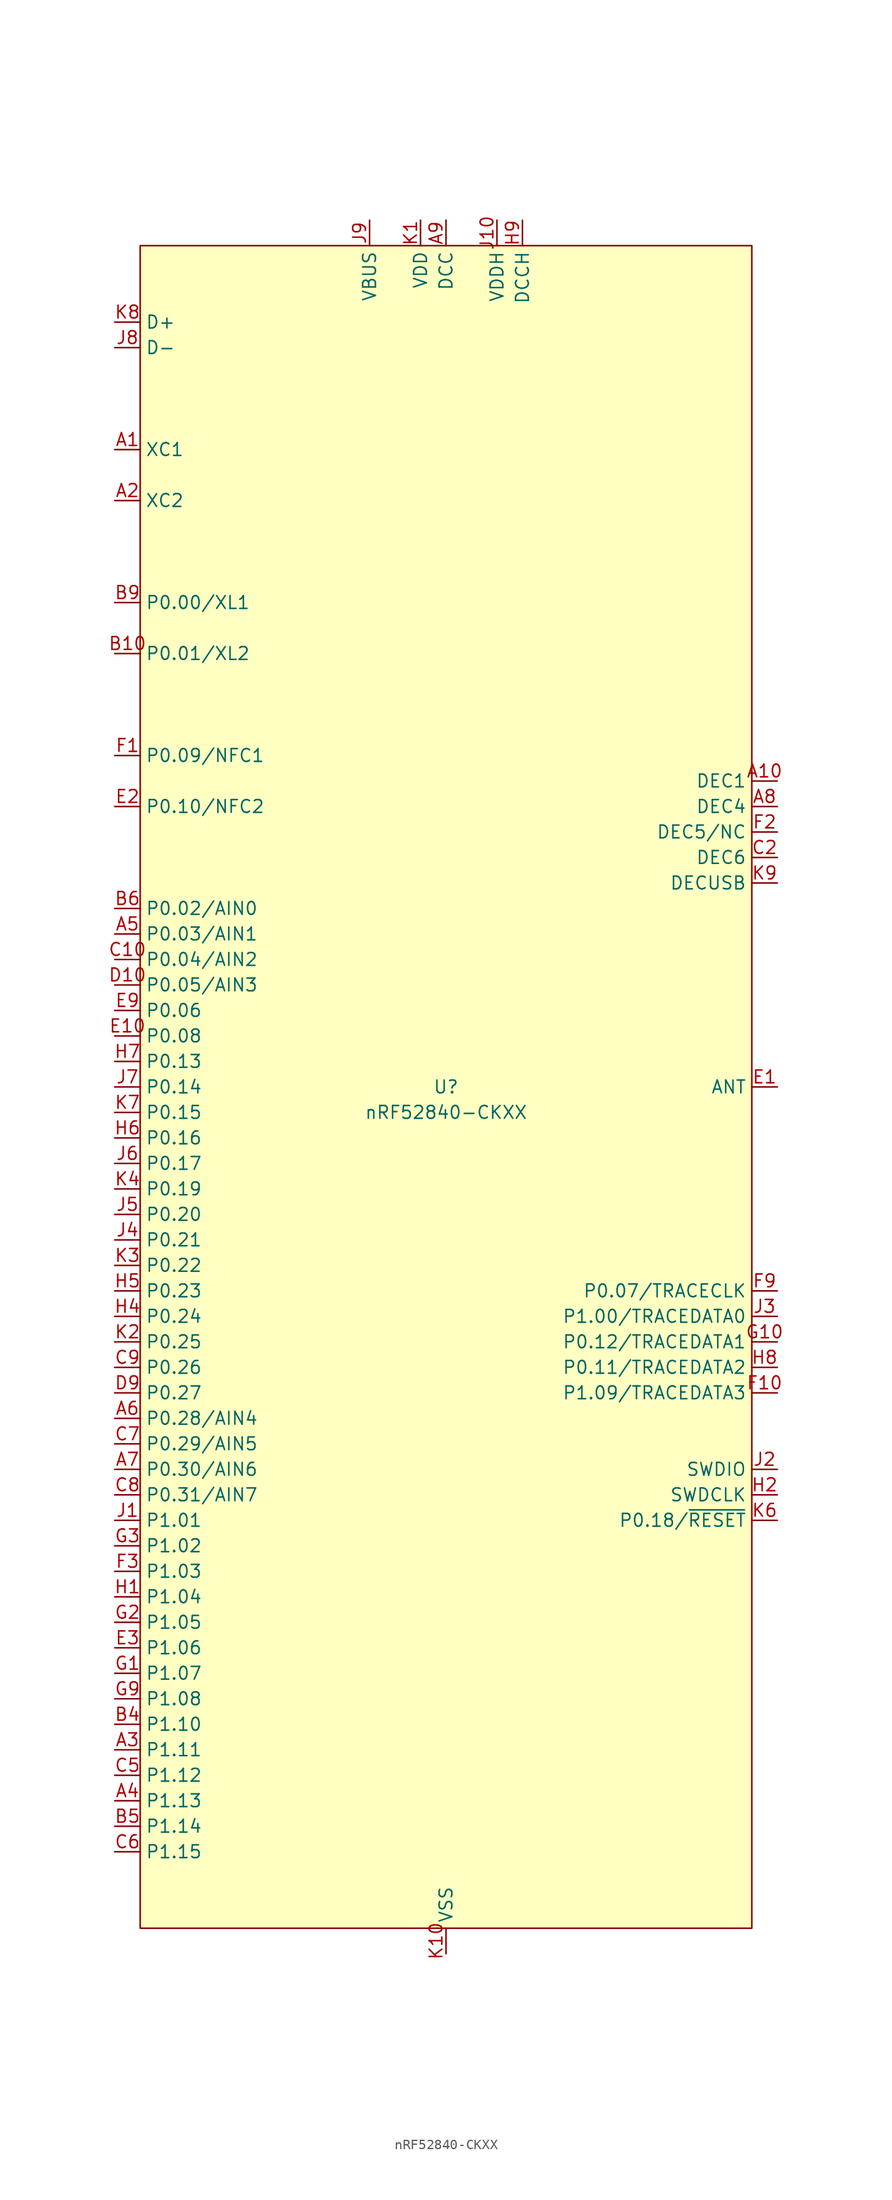
<source format=kicad_sym>
(kicad_symbol_lib
  (version 20241209)
  (generator "kicad_symbol_editor")
  (generator_version "9.0")
  (symbol "nRF52840-CKXX"
    (property "Reference" "U"
      (at 0 0 0)
      (do_not_autoplace)
      (effects (font (size 1.27 1.27))))
    (property "Value" "nRF52840-CKXX"
      (at 0 -2.54 0)
      (do_not_autoplace)
      (effects (font (size 1.27 1.27))))
    (symbol "nRF52840-CKXX_0_0"
      (pin unspecified line (at -33.02 76.2 0) (length 2.54) (name "D+" (effects (font (size 1.27 1.27)))) (number "K8" (effects (font (size 1.27 1.27)))))
      (pin unspecified line (at -33.02 73.66 0) (length 2.54) (name "D-" (effects (font (size 1.27 1.27)))) (number "J8" (effects (font (size 1.27 1.27)))))
      (pin unspecified line (at -33.02 63.5 0) (length 2.54) (name "XC1" (effects (font (size 1.27 1.27)))) (number "A1" (effects (font (size 1.27 1.27)))))
      (pin unspecified line (at -33.02 58.42 0) (length 2.54) (name "XC2" (effects (font (size 1.27 1.27)))) (number "A2" (effects (font (size 1.27 1.27)))))
      (pin unspecified line (at -33.02 48.26 0) (length 2.54) (name "P0.00/XL1" (effects (font (size 1.27 1.27)))) (number "B9" (effects (font (size 1.27 1.27)))))
      (pin unspecified line (at -33.02 43.18 0) (length 2.54) (name "P0.01/XL2" (effects (font (size 1.27 1.27)))) (number "B10" (effects (font (size 1.27 1.27)))))
      (pin unspecified line (at -33.02 33.02 0) (length 2.54) (name "P0.09/NFC1" (effects (font (size 1.27 1.27)))) (number "F1" (effects (font (size 1.27 1.27)))))
      (pin unspecified line (at -33.02 27.94 0) (length 2.54) (name "P0.10/NFC2" (effects (font (size 1.27 1.27)))) (number "E2" (effects (font (size 1.27 1.27)))))
      (pin unspecified line (at -33.02 17.78 0) (length 2.54) (name "P0.02/AIN0" (effects (font (size 1.27 1.27)))) (number "B6" (effects (font (size 1.27 1.27)))))
      (pin unspecified line (at -33.02 15.24 0) (length 2.54) (name "P0.03/AIN1" (effects (font (size 1.27 1.27)))) (number "A5" (effects (font (size 1.27 1.27)))))
      (pin unspecified line (at -33.02 12.7 0) (length 2.54) (name "P0.04/AIN2" (effects (font (size 1.27 1.27)))) (number "C10" (effects (font (size 1.27 1.27)))))
      (pin unspecified line (at -33.02 10.16 0) (length 2.54) (name "P0.05/AIN3" (effects (font (size 1.27 1.27)))) (number "D10" (effects (font (size 1.27 1.27)))))
      (pin unspecified line (at -33.02 7.62 0) (length 2.54) (name "P0.06" (effects (font (size 1.27 1.27)))) (number "E9" (effects (font (size 1.27 1.27)))))
      (pin unspecified line (at -33.02 5.08 0) (length 2.54) (name "P0.08" (effects (font (size 1.27 1.27)))) (number "E10" (effects (font (size 1.27 1.27)))))
      (pin unspecified line (at -33.02 2.54 0) (length 2.54) (name "P0.13" (effects (font (size 1.27 1.27)))) (number "H7" (effects (font (size 1.27 1.27)))))
      (pin unspecified line (at -33.02 0 0) (length 2.54) (name "P0.14" (effects (font (size 1.27 1.27)))) (number "J7" (effects (font (size 1.27 1.27)))))
      (pin unspecified line (at -33.02 -2.54 0) (length 2.54) (name "P0.15" (effects (font (size 1.27 1.27)))) (number "K7" (effects (font (size 1.27 1.27)))))
      (pin unspecified line (at -33.02 -5.08 0) (length 2.54) (name "P0.16" (effects (font (size 1.27 1.27)))) (number "H6" (effects (font (size 1.27 1.27)))))
      (pin unspecified line (at -33.02 -7.62 0) (length 2.54) (name "P0.17" (effects (font (size 1.27 1.27)))) (number "J6" (effects (font (size 1.27 1.27)))))
      (pin unspecified line (at -33.02 -10.16 0) (length 2.54) (name "P0.19" (effects (font (size 1.27 1.27)))) (number "K4" (effects (font (size 1.27 1.27)))))
      (pin unspecified line (at -33.02 -12.7 0) (length 2.54) (name "P0.20" (effects (font (size 1.27 1.27)))) (number "J5" (effects (font (size 1.27 1.27)))))
      (pin unspecified line (at -33.02 -15.24 0) (length 2.54) (name "P0.21" (effects (font (size 1.27 1.27)))) (number "J4" (effects (font (size 1.27 1.27)))))
      (pin unspecified line (at -33.02 -17.78 0) (length 2.54) (name "P0.22" (effects (font (size 1.27 1.27)))) (number "K3" (effects (font (size 1.27 1.27)))))
      (pin unspecified line (at -33.02 -20.32 0) (length 2.54) (name "P0.23" (effects (font (size 1.27 1.27)))) (number "H5" (effects (font (size 1.27 1.27)))))
      (pin unspecified line (at -33.02 -22.86 0) (length 2.54) (name "P0.24" (effects (font (size 1.27 1.27)))) (number "H4" (effects (font (size 1.27 1.27)))))
      (pin unspecified line (at -33.02 -25.4 0) (length 2.54) (name "P0.25" (effects (font (size 1.27 1.27)))) (number "K2" (effects (font (size 1.27 1.27)))))
      (pin unspecified line (at -33.02 -27.94 0) (length 2.54) (name "P0.26" (effects (font (size 1.27 1.27)))) (number "C9" (effects (font (size 1.27 1.27)))))
      (pin unspecified line (at -33.02 -30.48 0) (length 2.54) (name "P0.27" (effects (font (size 1.27 1.27)))) (number "D9" (effects (font (size 1.27 1.27)))))
      (pin unspecified line (at -33.02 -33.02 0) (length 2.54) (name "P0.28/AIN4" (effects (font (size 1.27 1.27)))) (number "A6" (effects (font (size 1.27 1.27)))))
      (pin unspecified line (at -33.02 -35.56 0) (length 2.54) (name "P0.29/AIN5" (effects (font (size 1.27 1.27)))) (number "C7" (effects (font (size 1.27 1.27)))))
      (pin unspecified line (at -33.02 -38.1 0) (length 2.54) (name "P0.30/AIN6" (effects (font (size 1.27 1.27)))) (number "A7" (effects (font (size 1.27 1.27)))))
      (pin unspecified line (at -33.02 -40.64 0) (length 2.54) (name "P0.31/AIN7" (effects (font (size 1.27 1.27)))) (number "C8" (effects (font (size 1.27 1.27)))))
      (pin unspecified line (at -33.02 -43.18 0) (length 2.54) (name "P1.01" (effects (font (size 1.27 1.27)))) (number "J1" (effects (font (size 1.27 1.27)))))
      (pin unspecified line (at -33.02 -45.72 0) (length 2.54) (name "P1.02" (effects (font (size 1.27 1.27)))) (number "G3" (effects (font (size 1.27 1.27)))))
      (pin unspecified line (at -33.02 -48.26 0) (length 2.54) (name "P1.03" (effects (font (size 1.27 1.27)))) (number "F3" (effects (font (size 1.27 1.27)))))
      (pin unspecified line (at -33.02 -50.8 0) (length 2.54) (name "P1.04" (effects (font (size 1.27 1.27)))) (number "H1" (effects (font (size 1.27 1.27)))))
      (pin unspecified line (at -33.02 -53.34 0) (length 2.54) (name "P1.05" (effects (font (size 1.27 1.27)))) (number "G2" (effects (font (size 1.27 1.27)))))
      (pin unspecified line (at -33.02 -55.88 0) (length 2.54) (name "P1.06" (effects (font (size 1.27 1.27)))) (number "E3" (effects (font (size 1.27 1.27)))))
      (pin unspecified line (at -33.02 -58.42 0) (length 2.54) (name "P1.07" (effects (font (size 1.27 1.27)))) (number "G1" (effects (font (size 1.27 1.27)))))
      (pin unspecified line (at -33.02 -60.96 0) (length 2.54) (name "P1.08" (effects (font (size 1.27 1.27)))) (number "G9" (effects (font (size 1.27 1.27)))))
      (pin unspecified line (at -33.02 -63.5 0) (length 2.54) (name "P1.10" (effects (font (size 1.27 1.27)))) (number "B4" (effects (font (size 1.27 1.27)))))
      (pin unspecified line (at -33.02 -66.04 0) (length 2.54) (name "P1.11" (effects (font (size 1.27 1.27)))) (number "A3" (effects (font (size 1.27 1.27)))))
      (pin unspecified line (at -33.02 -68.58 0) (length 2.54) (name "P1.12" (effects (font (size 1.27 1.27)))) (number "C5" (effects (font (size 1.27 1.27)))))
      (pin unspecified line (at -33.02 -71.12 0) (length 2.54) (name "P1.13" (effects (font (size 1.27 1.27)))) (number "A4" (effects (font (size 1.27 1.27)))))
      (pin unspecified line (at -33.02 -73.66 0) (length 2.54) (name "P1.14" (effects (font (size 1.27 1.27)))) (number "B5" (effects (font (size 1.27 1.27)))))
      (pin unspecified line (at -33.02 -76.2 0) (length 2.54) (name "P1.15" (effects (font (size 1.27 1.27)))) (number "C6" (effects (font (size 1.27 1.27)))))
      (pin unspecified line (at -7.62 86.36 270) (length 2.54) (name "VBUS" (effects (font (size 1.27 1.27)))) (number "J9" (effects (font (size 1.27 1.27)))))
      (pin unspecified line (at -2.54 86.36 270) (length 2.54) (name "VDD" (effects (font (size 1.27 1.27)))) (number "K1" (effects (font (size 1.27 1.27)))))
      (pin unspecified line (at 0 86.36 270) (length 2.54) (name "DCC" (effects (font (size 1.27 1.27)))) (number "A9" (effects (font (size 1.27 1.27)))))
      (pin unspecified line (at 0 -86.36 90) (length 2.54) (name "VSS" (effects (font (size 1.27 1.27)))) (number "K10" (effects (font (size 1.27 1.27)))))
      (pin unspecified line (at 5.08 86.36 270) (length 2.54) (name "VDDH" (effects (font (size 1.27 1.27)))) (number "J10" (effects (font (size 1.27 1.27)))))
      (pin unspecified line (at 7.62 86.36 270) (length 2.54) (name "DCCH" (effects (font (size 1.27 1.27)))) (number "H9" (effects (font (size 1.27 1.27)))))
      (pin unspecified line (at 33.02 20.32 180) (length 2.54) (name "DECUSB" (effects (font (size 1.27 1.27)))) (number "K9" (effects (font (size 1.27 1.27)))))
      (pin unspecified line (at 33.02 0 180) (length 2.54) (name "ANT" (effects (font (size 1.27 1.27)))) (number "E1" (effects (font (size 1.27 1.27)))))
      (pin unspecified line (at 33.02 -20.32 180) (length 2.54) (name "P0.07/TRACECLK" (effects (font (size 1.27 1.27)))) (number "F9" (effects (font (size 1.27 1.27)))))
      (pin unspecified line (at 33.02 -22.86 180) (length 2.54) (name "P1.00/TRACEDATA0" (effects (font (size 1.27 1.27)))) (number "J3" (effects (font (size 1.27 1.27)))))
      (pin unspecified line (at 33.02 -25.4 180) (length 2.54) (name "P0.12/TRACEDATA1" (effects (font (size 1.27 1.27)))) (number "G10" (effects (font (size 1.27 1.27)))))
      (pin unspecified line (at 33.02 -27.94 180) (length 2.54) (name "P0.11/TRACEDATA2" (effects (font (size 1.27 1.27)))) (number "H8" (effects (font (size 1.27 1.27)))))
      (pin unspecified line (at 33.02 -30.48 180) (length 2.54) (name "P1.09/TRACEDATA3" (effects (font (size 1.27 1.27)))) (number "F10" (effects (font (size 1.27 1.27)))))
      (pin unspecified line (at 33.02 -38.1 180) (length 2.54) (name "SWDIO" (effects (font (size 1.27 1.27)))) (number "J2" (effects (font (size 1.27 1.27)))))
      (pin unspecified line (at 33.02 -40.64 180) (length 2.54) (name "SWDCLK" (effects (font (size 1.27 1.27)))) (number "H2" (effects (font (size 1.27 1.27))))))
    (symbol "nRF52840-CKXX_1_0"
      (pin unspecified line (at -2.54 86.36 270) (length 2.54) (hide yes) (name "VDD" (effects (font (size 1.27 1.27)))) (number "B3" (effects (font (size 1.27 1.27)))))
      (pin unspecified line (at -2.54 86.36 270) (length 2.54) (hide yes) (name "VDD" (effects (font (size 1.27 1.27)))) (number "B8" (effects (font (size 1.27 1.27)))))
      (pin unspecified line (at -2.54 86.36 270) (length 2.54) (hide yes) (name "VDD" (effects (font (size 1.27 1.27)))) (number "H10" (effects (font (size 1.27 1.27)))))
      (pin unspecified line (at -2.54 86.36 270) (length 2.54) (hide yes) (name "VDD" (effects (font (size 1.27 1.27)))) (number "K5" (effects (font (size 1.27 1.27)))))
      (pin unspecified line (at 0 -86.36 90) (length 2.54) (hide yes) (name "VSS" (effects (font (size 1.27 1.27)))) (number "B7" (effects (font (size 1.27 1.27)))))
      (pin unspecified line (at 0 -86.36 90) (length 2.54) (hide yes) (name "VSS_PA" (effects (font (size 1.27 1.27)))) (number "C1" (effects (font (size 1.27 1.27)))))
      (pin unspecified line (at 0 -86.36 90) (length 2.54) (hide yes) (name "VSS" (effects (font (size 1.27 1.27)))) (number "C4" (effects (font (size 1.27 1.27)))))
      (pin unspecified line (at 0 -86.36 90) (length 2.54) (hide yes) (name "VSS" (effects (font (size 1.27 1.27)))) (number "D3" (effects (font (size 1.27 1.27)))))
      (pin unspecified line (at 0 -86.36 90) (length 2.54) (hide yes) (name "VSS" (effects (font (size 1.27 1.27)))) (number "D4" (effects (font (size 1.27 1.27)))))
      (pin unspecified line (at 0 -86.36 90) (length 2.54) (hide yes) (name "VSS" (effects (font (size 1.27 1.27)))) (number "D5" (effects (font (size 1.27 1.27)))))
      (pin unspecified line (at 0 -86.36 90) (length 2.54) (hide yes) (name "VSS" (effects (font (size 1.27 1.27)))) (number "D6" (effects (font (size 1.27 1.27)))))
      (pin unspecified line (at 0 -86.36 90) (length 2.54) (hide yes) (name "VSS" (effects (font (size 1.27 1.27)))) (number "D7" (effects (font (size 1.27 1.27)))))
      (pin unspecified line (at 0 -86.36 90) (length 2.54) (hide yes) (name "VSS" (effects (font (size 1.27 1.27)))) (number "D8" (effects (font (size 1.27 1.27)))))
      (pin unspecified line (at 0 -86.36 90) (length 2.54) (hide yes) (name "VSS" (effects (font (size 1.27 1.27)))) (number "E4" (effects (font (size 1.27 1.27)))))
      (pin unspecified line (at 0 -86.36 90) (length 2.54) (hide yes) (name "VSS" (effects (font (size 1.27 1.27)))) (number "E5" (effects (font (size 1.27 1.27)))))
      (pin unspecified line (at 0 -86.36 90) (length 2.54) (hide yes) (name "VSS" (effects (font (size 1.27 1.27)))) (number "E6" (effects (font (size 1.27 1.27)))))
      (pin unspecified line (at 0 -86.36 90) (length 2.54) (hide yes) (name "VSS" (effects (font (size 1.27 1.27)))) (number "E7" (effects (font (size 1.27 1.27)))))
      (pin unspecified line (at 0 -86.36 90) (length 2.54) (hide yes) (name "VSS" (effects (font (size 1.27 1.27)))) (number "E8" (effects (font (size 1.27 1.27)))))
      (pin unspecified line (at 0 -86.36 90) (length 2.54) (hide yes) (name "VSS" (effects (font (size 1.27 1.27)))) (number "F4" (effects (font (size 1.27 1.27)))))
      (pin unspecified line (at 0 -86.36 90) (length 2.54) (hide yes) (name "VSS" (effects (font (size 1.27 1.27)))) (number "F5" (effects (font (size 1.27 1.27)))))
      (pin unspecified line (at 0 -86.36 90) (length 2.54) (hide yes) (name "VSS" (effects (font (size 1.27 1.27)))) (number "F6" (effects (font (size 1.27 1.27)))))
      (pin unspecified line (at 0 -86.36 90) (length 2.54) (hide yes) (name "VSS" (effects (font (size 1.27 1.27)))) (number "F7" (effects (font (size 1.27 1.27)))))
      (pin unspecified line (at 0 -86.36 90) (length 2.54) (hide yes) (name "VSS" (effects (font (size 1.27 1.27)))) (number "F8" (effects (font (size 1.27 1.27)))))
      (pin unspecified line (at 0 -86.36 90) (length 2.54) (hide yes) (name "VSS" (effects (font (size 1.27 1.27)))) (number "G4" (effects (font (size 1.27 1.27)))))
      (pin unspecified line (at 0 -86.36 90) (length 2.54) (hide yes) (name "VSS" (effects (font (size 1.27 1.27)))) (number "G5" (effects (font (size 1.27 1.27)))))
      (pin unspecified line (at 0 -86.36 90) (length 2.54) (hide yes) (name "VSS" (effects (font (size 1.27 1.27)))) (number "G6" (effects (font (size 1.27 1.27)))))
      (pin unspecified line (at 0 -86.36 90) (length 2.54) (hide yes) (name "VSS" (effects (font (size 1.27 1.27)))) (number "G7" (effects (font (size 1.27 1.27)))))
      (pin unspecified line (at 0 -86.36 90) (length 2.54) (hide yes) (name "VSS" (effects (font (size 1.27 1.27)))) (number "G8" (effects (font (size 1.27 1.27)))))
      (pin unspecified line (at 33.02 30.48 180) (length 2.54) (name "DEC1" (effects (font (size 1.27 1.27)))) (number "A10" (effects (font (size 1.27 1.27)))))
      (pin unspecified line (at 33.02 27.94 180) (length 2.54) (name "DEC4" (effects (font (size 1.27 1.27)))) (number "A8" (effects (font (size 1.27 1.27)))))
      (pin unspecified line (at 33.02 25.4 180) (length 2.54) (name "DEC5/NC" (effects (font (size 1.27 1.27)))) (number "F2" (effects (font (size 1.27 1.27)))))
      (pin unspecified line (at 33.02 22.86 180) (length 2.54) (name "DEC6" (effects (font (size 1.27 1.27)))) (number "C2" (effects (font (size 1.27 1.27)))))
      (pin unspecified line (at 33.02 -43.18 180) (length 2.54) (name "P0.18/~{RESET}" (effects (font (size 1.27 1.27)))) (number "K6" (effects (font (size 1.27 1.27))))))
    (symbol "nRF52840-CKXX_1_1"
      (rectangle (start -30.48 83.82) (end 30.48 -83.82) (stroke (width 0) (type default)) (fill (type background))))))
</source>
